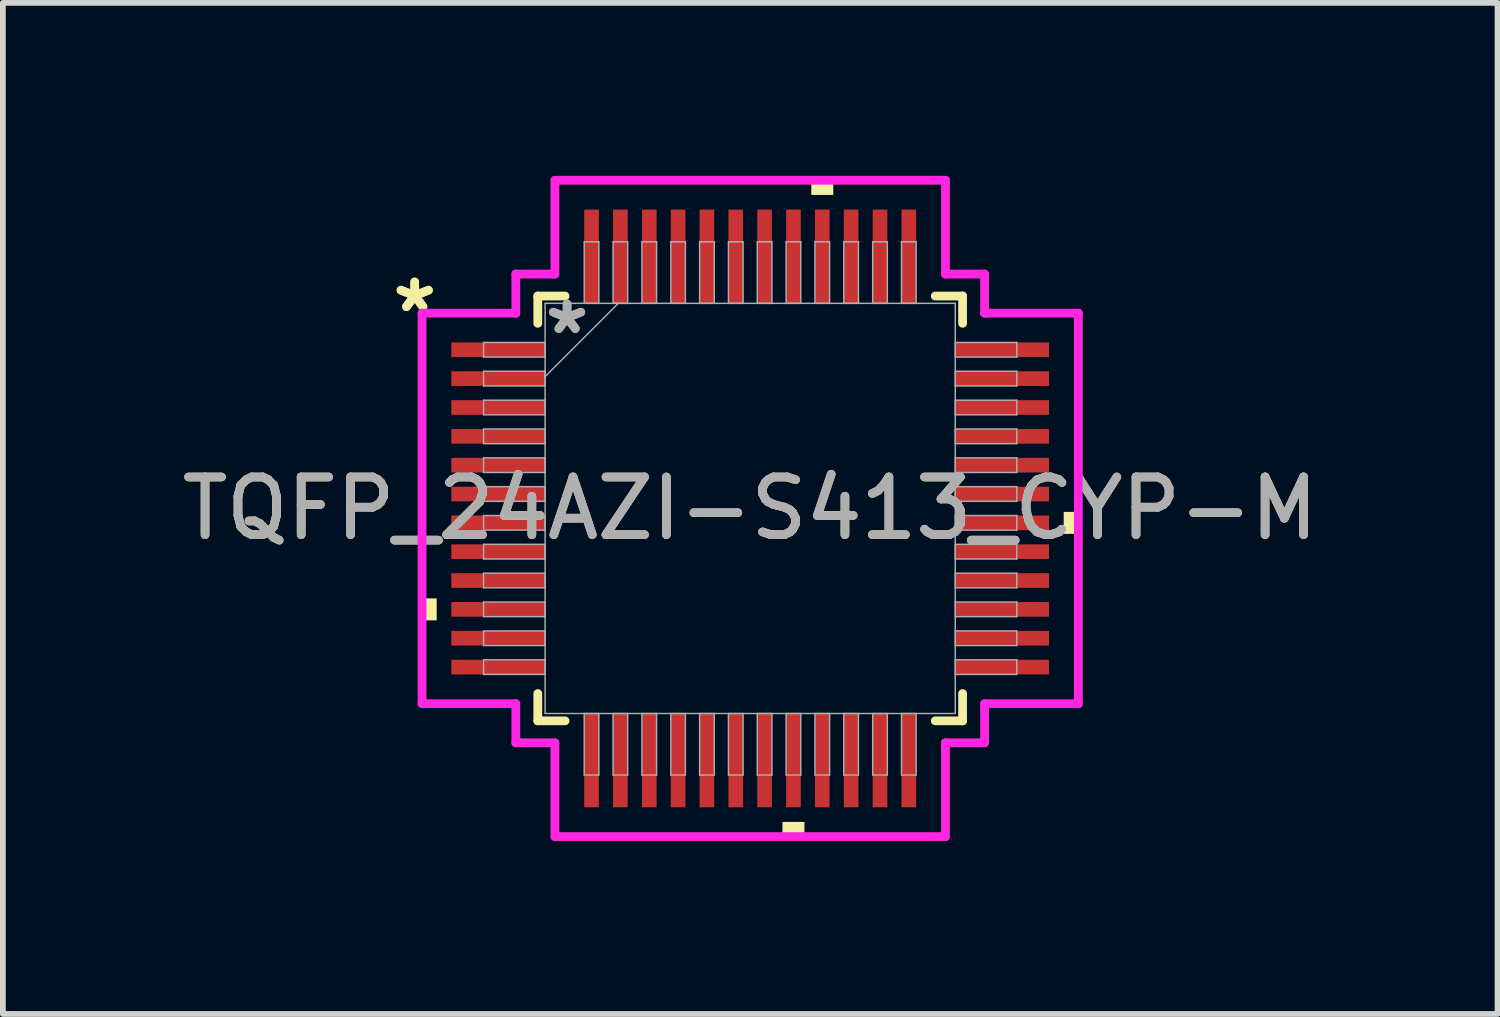
<source format=kicad_pcb>
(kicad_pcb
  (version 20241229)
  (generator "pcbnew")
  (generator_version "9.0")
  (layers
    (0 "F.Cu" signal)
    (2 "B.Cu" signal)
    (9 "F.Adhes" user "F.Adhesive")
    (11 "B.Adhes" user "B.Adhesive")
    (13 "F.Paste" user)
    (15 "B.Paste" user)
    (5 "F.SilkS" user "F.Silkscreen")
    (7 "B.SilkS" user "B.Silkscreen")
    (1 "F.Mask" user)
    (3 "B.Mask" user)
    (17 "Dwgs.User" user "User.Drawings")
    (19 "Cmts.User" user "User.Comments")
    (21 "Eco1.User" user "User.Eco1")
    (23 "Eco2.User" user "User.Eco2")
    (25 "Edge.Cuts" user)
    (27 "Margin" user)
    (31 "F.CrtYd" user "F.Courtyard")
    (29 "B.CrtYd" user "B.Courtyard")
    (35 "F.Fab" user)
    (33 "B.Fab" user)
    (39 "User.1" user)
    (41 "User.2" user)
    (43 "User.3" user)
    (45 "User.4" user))
  (footprint "TQFP_24AZI-S413_CYP-M"
    (layer "F.Cu")
    (at 9.958 5.766)
    (property "Reference" "TQFP_24AZI-S413_CYP-M" (at 0 0 0) (unlocked yes) (layer "F.SilkS") (effects (font (size 1 1) (thickness 0.15))))
    (attr smd)
    (fp_line (start -3.683 -3.683) (end -3.683 -3.21) (stroke (width 0.152) (type solid)) (layer "F.SilkS"))
    (fp_line (start -3.683 3.21) (end -3.683 3.683) (stroke (width 0.152) (type solid)) (layer "F.SilkS"))
    (fp_line (start -3.683 3.683) (end -3.21 3.683) (stroke (width 0.152) (type solid)) (layer "F.SilkS"))
    (fp_line (start -3.21 -3.683) (end -3.683 -3.683) (stroke (width 0.152) (type solid)) (layer "F.SilkS"))
    (fp_line (start 3.21 3.683) (end 3.683 3.683) (stroke (width 0.152) (type solid)) (layer "F.SilkS"))
    (fp_line (start 3.683 -3.683) (end 3.21 -3.683) (stroke (width 0.152) (type solid)) (layer "F.SilkS"))
    (fp_line (start 3.683 -3.21) (end 3.683 -3.683) (stroke (width 0.152) (type solid)) (layer "F.SilkS"))
    (fp_line (start 3.683 3.683) (end 3.683 3.21) (stroke (width 0.152) (type solid)) (layer "F.SilkS"))
    (fp_poly (pts (xy -5.69 1.56) (xy -5.69 1.941) (xy -5.436 1.941) (xy -5.436 1.56)) (stroke (width 0) (type solid)) (fill yes) (layer "F.SilkS"))
    (fp_poly (pts (xy 0.56 5.436) (xy 0.56 5.69) (xy 0.941 5.69) (xy 0.941 5.436)) (stroke (width 0) (type solid)) (fill yes) (layer "F.SilkS"))
    (fp_poly (pts (xy 1.06 -5.436) (xy 1.06 -5.69) (xy 1.441 -5.69) (xy 1.441 -5.436)) (stroke (width 0) (type solid)) (fill yes) (layer "F.SilkS"))
    (fp_poly (pts (xy 5.69 0.06) (xy 5.69 0.441) (xy 5.436 0.441) (xy 5.436 0.06)) (stroke (width 0) (type solid)) (fill yes) (layer "F.SilkS"))
    (fp_line (start -5.69 -3.386) (end -4.064 -3.386) (stroke (width 0.152) (type solid)) (layer "F.CrtYd"))
    (fp_line (start -5.69 3.386) (end -5.69 -3.386) (stroke (width 0.152) (type solid)) (layer "F.CrtYd"))
    (fp_line (start -4.064 -4.064) (end -3.386 -4.064) (stroke (width 0.152) (type solid)) (layer "F.CrtYd"))
    (fp_line (start -4.064 -3.386) (end -4.064 -4.064) (stroke (width 0.152) (type solid)) (layer "F.CrtYd"))
    (fp_line (start -4.064 3.386) (end -5.69 3.386) (stroke (width 0.152) (type solid)) (layer "F.CrtYd"))
    (fp_line (start -4.064 4.064) (end -4.064 3.386) (stroke (width 0.152) (type solid)) (layer "F.CrtYd"))
    (fp_line (start -4.064 4.064) (end -3.386 4.064) (stroke (width 0.152) (type solid)) (layer "F.CrtYd"))
    (fp_line (start -3.386 -5.69) (end 3.386 -5.69) (stroke (width 0.152) (type solid)) (layer "F.CrtYd"))
    (fp_line (start -3.386 -4.064) (end -3.386 -5.69) (stroke (width 0.152) (type solid)) (layer "F.CrtYd"))
    (fp_line (start -3.386 4.064) (end -3.386 5.69) (stroke (width 0.152) (type solid)) (layer "F.CrtYd"))
    (fp_line (start -3.386 5.69) (end 3.386 5.69) (stroke (width 0.152) (type solid)) (layer "F.CrtYd"))
    (fp_line (start 3.386 -5.69) (end 3.386 -4.064) (stroke (width 0.152) (type solid)) (layer "F.CrtYd"))
    (fp_line (start 3.386 -4.064) (end 4.064 -4.064) (stroke (width 0.152) (type solid)) (layer "F.CrtYd"))
    (fp_line (start 3.386 4.064) (end 4.064 4.064) (stroke (width 0.152) (type solid)) (layer "F.CrtYd"))
    (fp_line (start 3.386 5.69) (end 3.386 4.064) (stroke (width 0.152) (type solid)) (layer "F.CrtYd"))
    (fp_line (start 4.064 -3.386) (end 4.064 -4.064) (stroke (width 0.152) (type solid)) (layer "F.CrtYd"))
    (fp_line (start 4.064 3.386) (end 5.69 3.386) (stroke (width 0.152) (type solid)) (layer "F.CrtYd"))
    (fp_line (start 4.064 4.064) (end 4.064 3.386) (stroke (width 0.152) (type solid)) (layer "F.CrtYd"))
    (fp_line (start 5.69 -3.386) (end 4.064 -3.386) (stroke (width 0.152) (type solid)) (layer "F.CrtYd"))
    (fp_line (start 5.69 3.386) (end 5.69 -3.386) (stroke (width 0.152) (type solid)) (layer "F.CrtYd"))
    (fp_line (start -4.623 -2.878) (end -4.623 -2.624) (stroke (width 0.025) (type solid)) (layer "F.Fab"))
    (fp_line (start -4.623 -2.624) (end -3.556 -2.624) (stroke (width 0.025) (type solid)) (layer "F.Fab"))
    (fp_line (start -4.623 -2.378) (end -4.623 -2.124) (stroke (width 0.025) (type solid)) (layer "F.Fab"))
    (fp_line (start -4.623 -2.124) (end -3.556 -2.124) (stroke (width 0.025) (type solid)) (layer "F.Fab"))
    (fp_line (start -4.623 -1.877) (end -4.623 -1.623) (stroke (width 0.025) (type solid)) (layer "F.Fab"))
    (fp_line (start -4.623 -1.623) (end -3.556 -1.623) (stroke (width 0.025) (type solid)) (layer "F.Fab"))
    (fp_line (start -4.623 -1.377) (end -4.623 -1.123) (stroke (width 0.025) (type solid)) (layer "F.Fab"))
    (fp_line (start -4.623 -1.123) (end -3.556 -1.123) (stroke (width 0.025) (type solid)) (layer "F.Fab"))
    (fp_line (start -4.623 -0.877) (end -4.623 -0.623) (stroke (width 0.025) (type solid)) (layer "F.Fab"))
    (fp_line (start -4.623 -0.623) (end -3.556 -0.623) (stroke (width 0.025) (type solid)) (layer "F.Fab"))
    (fp_line (start -4.623 -0.377) (end -4.623 -0.123) (stroke (width 0.025) (type solid)) (layer "F.Fab"))
    (fp_line (start -4.623 -0.123) (end -3.556 -0.123) (stroke (width 0.025) (type solid)) (layer "F.Fab"))
    (fp_line (start -4.623 0.123) (end -4.623 0.377) (stroke (width 0.025) (type solid)) (layer "F.Fab"))
    (fp_line (start -4.623 0.377) (end -3.556 0.377) (stroke (width 0.025) (type solid)) (layer "F.Fab"))
    (fp_line (start -4.623 0.623) (end -4.623 0.877) (stroke (width 0.025) (type solid)) (layer "F.Fab"))
    (fp_line (start -4.623 0.877) (end -3.556 0.877) (stroke (width 0.025) (type solid)) (layer "F.Fab"))
    (fp_line (start -4.623 1.123) (end -4.623 1.377) (stroke (width 0.025) (type solid)) (layer "F.Fab"))
    (fp_line (start -4.623 1.377) (end -3.556 1.377) (stroke (width 0.025) (type solid)) (layer "F.Fab"))
    (fp_line (start -4.623 1.623) (end -4.623 1.877) (stroke (width 0.025) (type solid)) (layer "F.Fab"))
    (fp_line (start -4.623 1.877) (end -3.556 1.877) (stroke (width 0.025) (type solid)) (layer "F.Fab"))
    (fp_line (start -4.623 2.124) (end -4.623 2.378) (stroke (width 0.025) (type solid)) (layer "F.Fab"))
    (fp_line (start -4.623 2.378) (end -3.556 2.378) (stroke (width 0.025) (type solid)) (layer "F.Fab"))
    (fp_line (start -4.623 2.624) (end -4.623 2.878) (stroke (width 0.025) (type solid)) (layer "F.Fab"))
    (fp_line (start -4.623 2.878) (end -3.556 2.878) (stroke (width 0.025) (type solid)) (layer "F.Fab"))
    (fp_line (start -3.556 -3.556) (end -3.556 3.556) (stroke (width 0.025) (type solid)) (layer "F.Fab"))
    (fp_line (start -3.556 -2.878) (end -4.623 -2.878) (stroke (width 0.025) (type solid)) (layer "F.Fab"))
    (fp_line (start -3.556 -2.624) (end -3.556 -2.878) (stroke (width 0.025) (type solid)) (layer "F.Fab"))
    (fp_line (start -3.556 -2.378) (end -4.623 -2.378) (stroke (width 0.025) (type solid)) (layer "F.Fab"))
    (fp_line (start -3.556 -2.286) (end -2.286 -3.556) (stroke (width 0.025) (type solid)) (layer "F.Fab"))
    (fp_line (start -3.556 -2.124) (end -3.556 -2.378) (stroke (width 0.025) (type solid)) (layer "F.Fab"))
    (fp_line (start -3.556 -1.877) (end -4.623 -1.877) (stroke (width 0.025) (type solid)) (layer "F.Fab"))
    (fp_line (start -3.556 -1.623) (end -3.556 -1.877) (stroke (width 0.025) (type solid)) (layer "F.Fab"))
    (fp_line (start -3.556 -1.377) (end -4.623 -1.377) (stroke (width 0.025) (type solid)) (layer "F.Fab"))
    (fp_line (start -3.556 -1.123) (end -3.556 -1.377) (stroke (width 0.025) (type solid)) (layer "F.Fab"))
    (fp_line (start -3.556 -0.877) (end -4.623 -0.877) (stroke (width 0.025) (type solid)) (layer "F.Fab"))
    (fp_line (start -3.556 -0.623) (end -3.556 -0.877) (stroke (width 0.025) (type solid)) (layer "F.Fab"))
    (fp_line (start -3.556 -0.377) (end -4.623 -0.377) (stroke (width 0.025) (type solid)) (layer "F.Fab"))
    (fp_line (start -3.556 -0.123) (end -3.556 -0.377) (stroke (width 0.025) (type solid)) (layer "F.Fab"))
    (fp_line (start -3.556 0.123) (end -4.623 0.123) (stroke (width 0.025) (type solid)) (layer "F.Fab"))
    (fp_line (start -3.556 0.377) (end -3.556 0.123) (stroke (width 0.025) (type solid)) (layer "F.Fab"))
    (fp_line (start -3.556 0.623) (end -4.623 0.623) (stroke (width 0.025) (type solid)) (layer "F.Fab"))
    (fp_line (start -3.556 0.877) (end -3.556 0.623) (stroke (width 0.025) (type solid)) (layer "F.Fab"))
    (fp_line (start -3.556 1.123) (end -4.623 1.123) (stroke (width 0.025) (type solid)) (layer "F.Fab"))
    (fp_line (start -3.556 1.377) (end -3.556 1.123) (stroke (width 0.025) (type solid)) (layer "F.Fab"))
    (fp_line (start -3.556 1.623) (end -4.623 1.623) (stroke (width 0.025) (type solid)) (layer "F.Fab"))
    (fp_line (start -3.556 1.877) (end -3.556 1.623) (stroke (width 0.025) (type solid)) (layer "F.Fab"))
    (fp_line (start -3.556 2.124) (end -4.623 2.124) (stroke (width 0.025) (type solid)) (layer "F.Fab"))
    (fp_line (start -3.556 2.378) (end -3.556 2.124) (stroke (width 0.025) (type solid)) (layer "F.Fab"))
    (fp_line (start -3.556 2.624) (end -4.623 2.624) (stroke (width 0.025) (type solid)) (layer "F.Fab"))
    (fp_line (start -3.556 2.878) (end -3.556 2.624) (stroke (width 0.025) (type solid)) (layer "F.Fab"))
    (fp_line (start -3.556 3.556) (end 3.556 3.556) (stroke (width 0.025) (type solid)) (layer "F.Fab"))
    (fp_line (start -2.878 -4.623) (end -2.878 -3.556) (stroke (width 0.025) (type solid)) (layer "F.Fab"))
    (fp_line (start -2.878 -3.556) (end -2.624 -3.556) (stroke (width 0.025) (type solid)) (layer "F.Fab"))
    (fp_line (start -2.878 3.556) (end -2.878 4.623) (stroke (width 0.025) (type solid)) (layer "F.Fab"))
    (fp_line (start -2.878 4.623) (end -2.624 4.623) (stroke (width 0.025) (type solid)) (layer "F.Fab"))
    (fp_line (start -2.624 -4.623) (end -2.878 -4.623) (stroke (width 0.025) (type solid)) (layer "F.Fab"))
    (fp_line (start -2.624 -3.556) (end -2.624 -4.623) (stroke (width 0.025) (type solid)) (layer "F.Fab"))
    (fp_line (start -2.624 3.556) (end -2.878 3.556) (stroke (width 0.025) (type solid)) (layer "F.Fab"))
    (fp_line (start -2.624 4.623) (end -2.624 3.556) (stroke (width 0.025) (type solid)) (layer "F.Fab"))
    (fp_line (start -2.378 -4.623) (end -2.378 -3.556) (stroke (width 0.025) (type solid)) (layer "F.Fab"))
    (fp_line (start -2.378 -3.556) (end -2.124 -3.556) (stroke (width 0.025) (type solid)) (layer "F.Fab"))
    (fp_line (start -2.378 3.556) (end -2.378 4.623) (stroke (width 0.025) (type solid)) (layer "F.Fab"))
    (fp_line (start -2.378 4.623) (end -2.124 4.623) (stroke (width 0.025) (type solid)) (layer "F.Fab"))
    (fp_line (start -2.124 -4.623) (end -2.378 -4.623) (stroke (width 0.025) (type solid)) (layer "F.Fab"))
    (fp_line (start -2.124 -3.556) (end -2.124 -4.623) (stroke (width 0.025) (type solid)) (layer "F.Fab"))
    (fp_line (start -2.124 3.556) (end -2.378 3.556) (stroke (width 0.025) (type solid)) (layer "F.Fab"))
    (fp_line (start -2.124 4.623) (end -2.124 3.556) (stroke (width 0.025) (type solid)) (layer "F.Fab"))
    (fp_line (start -1.877 -4.623) (end -1.877 -3.556) (stroke (width 0.025) (type solid)) (layer "F.Fab"))
    (fp_line (start -1.877 -3.556) (end -1.623 -3.556) (stroke (width 0.025) (type solid)) (layer "F.Fab"))
    (fp_line (start -1.877 3.556) (end -1.877 4.623) (stroke (width 0.025) (type solid)) (layer "F.Fab"))
    (fp_line (start -1.877 4.623) (end -1.623 4.623) (stroke (width 0.025) (type solid)) (layer "F.Fab"))
    (fp_line (start -1.623 -4.623) (end -1.877 -4.623) (stroke (width 0.025) (type solid)) (layer "F.Fab"))
    (fp_line (start -1.623 -3.556) (end -1.623 -4.623) (stroke (width 0.025) (type solid)) (layer "F.Fab"))
    (fp_line (start -1.623 3.556) (end -1.877 3.556) (stroke (width 0.025) (type solid)) (layer "F.Fab"))
    (fp_line (start -1.623 4.623) (end -1.623 3.556) (stroke (width 0.025) (type solid)) (layer "F.Fab"))
    (fp_line (start -1.377 -4.623) (end -1.377 -3.556) (stroke (width 0.025) (type solid)) (layer "F.Fab"))
    (fp_line (start -1.377 -3.556) (end -1.123 -3.556) (stroke (width 0.025) (type solid)) (layer "F.Fab"))
    (fp_line (start -1.377 3.556) (end -1.377 4.623) (stroke (width 0.025) (type solid)) (layer "F.Fab"))
    (fp_line (start -1.377 4.623) (end -1.123 4.623) (stroke (width 0.025) (type solid)) (layer "F.Fab"))
    (fp_line (start -1.123 -4.623) (end -1.377 -4.623) (stroke (width 0.025) (type solid)) (layer "F.Fab"))
    (fp_line (start -1.123 -3.556) (end -1.123 -4.623) (stroke (width 0.025) (type solid)) (layer "F.Fab"))
    (fp_line (start -1.123 3.556) (end -1.377 3.556) (stroke (width 0.025) (type solid)) (layer "F.Fab"))
    (fp_line (start -1.123 4.623) (end -1.123 3.556) (stroke (width 0.025) (type solid)) (layer "F.Fab"))
    (fp_line (start -0.877 -4.623) (end -0.877 -3.556) (stroke (width 0.025) (type solid)) (layer "F.Fab"))
    (fp_line (start -0.877 -3.556) (end -0.623 -3.556) (stroke (width 0.025) (type solid)) (layer "F.Fab"))
    (fp_line (start -0.877 3.556) (end -0.877 4.623) (stroke (width 0.025) (type solid)) (layer "F.Fab"))
    (fp_line (start -0.877 4.623) (end -0.623 4.623) (stroke (width 0.025) (type solid)) (layer "F.Fab"))
    (fp_line (start -0.623 -4.623) (end -0.877 -4.623) (stroke (width 0.025) (type solid)) (layer "F.Fab"))
    (fp_line (start -0.623 -3.556) (end -0.623 -4.623) (stroke (width 0.025) (type solid)) (layer "F.Fab"))
    (fp_line (start -0.623 3.556) (end -0.877 3.556) (stroke (width 0.025) (type solid)) (layer "F.Fab"))
    (fp_line (start -0.623 4.623) (end -0.623 3.556) (stroke (width 0.025) (type solid)) (layer "F.Fab"))
    (fp_line (start -0.377 -4.623) (end -0.377 -3.556) (stroke (width 0.025) (type solid)) (layer "F.Fab"))
    (fp_line (start -0.377 -3.556) (end -0.123 -3.556) (stroke (width 0.025) (type solid)) (layer "F.Fab"))
    (fp_line (start -0.377 3.556) (end -0.377 4.623) (stroke (width 0.025) (type solid)) (layer "F.Fab"))
    (fp_line (start -0.377 4.623) (end -0.123 4.623) (stroke (width 0.025) (type solid)) (layer "F.Fab"))
    (fp_line (start -0.123 -4.623) (end -0.377 -4.623) (stroke (width 0.025) (type solid)) (layer "F.Fab"))
    (fp_line (start -0.123 -3.556) (end -0.123 -4.623) (stroke (width 0.025) (type solid)) (layer "F.Fab"))
    (fp_line (start -0.123 3.556) (end -0.377 3.556) (stroke (width 0.025) (type solid)) (layer "F.Fab"))
    (fp_line (start -0.123 4.623) (end -0.123 3.556) (stroke (width 0.025) (type solid)) (layer "F.Fab"))
    (fp_line (start 0.123 -4.623) (end 0.123 -3.556) (stroke (width 0.025) (type solid)) (layer "F.Fab"))
    (fp_line (start 0.123 -3.556) (end 0.377 -3.556) (stroke (width 0.025) (type solid)) (layer "F.Fab"))
    (fp_line (start 0.123 3.556) (end 0.123 4.623) (stroke (width 0.025) (type solid)) (layer "F.Fab"))
    (fp_line (start 0.123 4.623) (end 0.377 4.623) (stroke (width 0.025) (type solid)) (layer "F.Fab"))
    (fp_line (start 0.377 -4.623) (end 0.123 -4.623) (stroke (width 0.025) (type solid)) (layer "F.Fab"))
    (fp_line (start 0.377 -3.556) (end 0.377 -4.623) (stroke (width 0.025) (type solid)) (layer "F.Fab"))
    (fp_line (start 0.377 3.556) (end 0.123 3.556) (stroke (width 0.025) (type solid)) (layer "F.Fab"))
    (fp_line (start 0.377 4.623) (end 0.377 3.556) (stroke (width 0.025) (type solid)) (layer "F.Fab"))
    (fp_line (start 0.623 -4.623) (end 0.623 -3.556) (stroke (width 0.025) (type solid)) (layer "F.Fab"))
    (fp_line (start 0.623 -3.556) (end 0.877 -3.556) (stroke (width 0.025) (type solid)) (layer "F.Fab"))
    (fp_line (start 0.623 3.556) (end 0.623 4.623) (stroke (width 0.025) (type solid)) (layer "F.Fab"))
    (fp_line (start 0.623 4.623) (end 0.877 4.623) (stroke (width 0.025) (type solid)) (layer "F.Fab"))
    (fp_line (start 0.877 -4.623) (end 0.623 -4.623) (stroke (width 0.025) (type solid)) (layer "F.Fab"))
    (fp_line (start 0.877 -3.556) (end 0.877 -4.623) (stroke (width 0.025) (type solid)) (layer "F.Fab"))
    (fp_line (start 0.877 3.556) (end 0.623 3.556) (stroke (width 0.025) (type solid)) (layer "F.Fab"))
    (fp_line (start 0.877 4.623) (end 0.877 3.556) (stroke (width 0.025) (type solid)) (layer "F.Fab"))
    (fp_line (start 1.123 -4.623) (end 1.123 -3.556) (stroke (width 0.025) (type solid)) (layer "F.Fab"))
    (fp_line (start 1.123 -3.556) (end 1.377 -3.556) (stroke (width 0.025) (type solid)) (layer "F.Fab"))
    (fp_line (start 1.123 3.556) (end 1.123 4.623) (stroke (width 0.025) (type solid)) (layer "F.Fab"))
    (fp_line (start 1.123 4.623) (end 1.377 4.623) (stroke (width 0.025) (type solid)) (layer "F.Fab"))
    (fp_line (start 1.377 -4.623) (end 1.123 -4.623) (stroke (width 0.025) (type solid)) (layer "F.Fab"))
    (fp_line (start 1.377 -3.556) (end 1.377 -4.623) (stroke (width 0.025) (type solid)) (layer "F.Fab"))
    (fp_line (start 1.377 3.556) (end 1.123 3.556) (stroke (width 0.025) (type solid)) (layer "F.Fab"))
    (fp_line (start 1.377 4.623) (end 1.377 3.556) (stroke (width 0.025) (type solid)) (layer "F.Fab"))
    (fp_line (start 1.623 -4.623) (end 1.623 -3.556) (stroke (width 0.025) (type solid)) (layer "F.Fab"))
    (fp_line (start 1.623 -3.556) (end 1.877 -3.556) (stroke (width 0.025) (type solid)) (layer "F.Fab"))
    (fp_line (start 1.623 3.556) (end 1.623 4.623) (stroke (width 0.025) (type solid)) (layer "F.Fab"))
    (fp_line (start 1.623 4.623) (end 1.877 4.623) (stroke (width 0.025) (type solid)) (layer "F.Fab"))
    (fp_line (start 1.877 -4.623) (end 1.623 -4.623) (stroke (width 0.025) (type solid)) (layer "F.Fab"))
    (fp_line (start 1.877 -3.556) (end 1.877 -4.623) (stroke (width 0.025) (type solid)) (layer "F.Fab"))
    (fp_line (start 1.877 3.556) (end 1.623 3.556) (stroke (width 0.025) (type solid)) (layer "F.Fab"))
    (fp_line (start 1.877 4.623) (end 1.877 3.556) (stroke (width 0.025) (type solid)) (layer "F.Fab"))
    (fp_line (start 2.124 -4.623) (end 2.124 -3.556) (stroke (width 0.025) (type solid)) (layer "F.Fab"))
    (fp_line (start 2.124 -3.556) (end 2.378 -3.556) (stroke (width 0.025) (type solid)) (layer "F.Fab"))
    (fp_line (start 2.124 3.556) (end 2.124 4.623) (stroke (width 0.025) (type solid)) (layer "F.Fab"))
    (fp_line (start 2.124 4.623) (end 2.378 4.623) (stroke (width 0.025) (type solid)) (layer "F.Fab"))
    (fp_line (start 2.378 -4.623) (end 2.124 -4.623) (stroke (width 0.025) (type solid)) (layer "F.Fab"))
    (fp_line (start 2.378 -3.556) (end 2.378 -4.623) (stroke (width 0.025) (type solid)) (layer "F.Fab"))
    (fp_line (start 2.378 3.556) (end 2.124 3.556) (stroke (width 0.025) (type solid)) (layer "F.Fab"))
    (fp_line (start 2.378 4.623) (end 2.378 3.556) (stroke (width 0.025) (type solid)) (layer "F.Fab"))
    (fp_line (start 2.624 -4.623) (end 2.624 -3.556) (stroke (width 0.025) (type solid)) (layer "F.Fab"))
    (fp_line (start 2.624 -3.556) (end 2.878 -3.556) (stroke (width 0.025) (type solid)) (layer "F.Fab"))
    (fp_line (start 2.624 3.556) (end 2.624 4.623) (stroke (width 0.025) (type solid)) (layer "F.Fab"))
    (fp_line (start 2.624 4.623) (end 2.878 4.623) (stroke (width 0.025) (type solid)) (layer "F.Fab"))
    (fp_line (start 2.878 -4.623) (end 2.624 -4.623) (stroke (width 0.025) (type solid)) (layer "F.Fab"))
    (fp_line (start 2.878 -3.556) (end 2.878 -4.623) (stroke (width 0.025) (type solid)) (layer "F.Fab"))
    (fp_line (start 2.878 3.556) (end 2.624 3.556) (stroke (width 0.025) (type solid)) (layer "F.Fab"))
    (fp_line (start 2.878 4.623) (end 2.878 3.556) (stroke (width 0.025) (type solid)) (layer "F.Fab"))
    (fp_line (start 3.556 -3.556) (end -3.556 -3.556) (stroke (width 0.025) (type solid)) (layer "F.Fab"))
    (fp_line (start 3.556 -2.878) (end 3.556 -2.624) (stroke (width 0.025) (type solid)) (layer "F.Fab"))
    (fp_line (start 3.556 -2.624) (end 4.623 -2.624) (stroke (width 0.025) (type solid)) (layer "F.Fab"))
    (fp_line (start 3.556 -2.378) (end 3.556 -2.124) (stroke (width 0.025) (type solid)) (layer "F.Fab"))
    (fp_line (start 3.556 -2.124) (end 4.623 -2.124) (stroke (width 0.025) (type solid)) (layer "F.Fab"))
    (fp_line (start 3.556 -1.877) (end 3.556 -1.623) (stroke (width 0.025) (type solid)) (layer "F.Fab"))
    (fp_line (start 3.556 -1.623) (end 4.623 -1.623) (stroke (width 0.025) (type solid)) (layer "F.Fab"))
    (fp_line (start 3.556 -1.377) (end 3.556 -1.123) (stroke (width 0.025) (type solid)) (layer "F.Fab"))
    (fp_line (start 3.556 -1.123) (end 4.623 -1.123) (stroke (width 0.025) (type solid)) (layer "F.Fab"))
    (fp_line (start 3.556 -0.877) (end 3.556 -0.623) (stroke (width 0.025) (type solid)) (layer "F.Fab"))
    (fp_line (start 3.556 -0.623) (end 4.623 -0.623) (stroke (width 0.025) (type solid)) (layer "F.Fab"))
    (fp_line (start 3.556 -0.377) (end 3.556 -0.123) (stroke (width 0.025) (type solid)) (layer "F.Fab"))
    (fp_line (start 3.556 -0.123) (end 4.623 -0.123) (stroke (width 0.025) (type solid)) (layer "F.Fab"))
    (fp_line (start 3.556 0.123) (end 3.556 0.377) (stroke (width 0.025) (type solid)) (layer "F.Fab"))
    (fp_line (start 3.556 0.377) (end 4.623 0.377) (stroke (width 0.025) (type solid)) (layer "F.Fab"))
    (fp_line (start 3.556 0.623) (end 3.556 0.877) (stroke (width 0.025) (type solid)) (layer "F.Fab"))
    (fp_line (start 3.556 0.877) (end 4.623 0.877) (stroke (width 0.025) (type solid)) (layer "F.Fab"))
    (fp_line (start 3.556 1.123) (end 3.556 1.377) (stroke (width 0.025) (type solid)) (layer "F.Fab"))
    (fp_line (start 3.556 1.377) (end 4.623 1.377) (stroke (width 0.025) (type solid)) (layer "F.Fab"))
    (fp_line (start 3.556 1.623) (end 3.556 1.877) (stroke (width 0.025) (type solid)) (layer "F.Fab"))
    (fp_line (start 3.556 1.877) (end 4.623 1.877) (stroke (width 0.025) (type solid)) (layer "F.Fab"))
    (fp_line (start 3.556 2.124) (end 3.556 2.378) (stroke (width 0.025) (type solid)) (layer "F.Fab"))
    (fp_line (start 3.556 2.378) (end 4.623 2.378) (stroke (width 0.025) (type solid)) (layer "F.Fab"))
    (fp_line (start 3.556 2.624) (end 3.556 2.878) (stroke (width 0.025) (type solid)) (layer "F.Fab"))
    (fp_line (start 3.556 2.878) (end 4.623 2.878) (stroke (width 0.025) (type solid)) (layer "F.Fab"))
    (fp_line (start 3.556 3.556) (end 3.556 -3.556) (stroke (width 0.025) (type solid)) (layer "F.Fab"))
    (fp_line (start 4.623 -2.878) (end 3.556 -2.878) (stroke (width 0.025) (type solid)) (layer "F.Fab"))
    (fp_line (start 4.623 -2.624) (end 4.623 -2.878) (stroke (width 0.025) (type solid)) (layer "F.Fab"))
    (fp_line (start 4.623 -2.378) (end 3.556 -2.378) (stroke (width 0.025) (type solid)) (layer "F.Fab"))
    (fp_line (start 4.623 -2.124) (end 4.623 -2.378) (stroke (width 0.025) (type solid)) (layer "F.Fab"))
    (fp_line (start 4.623 -1.877) (end 3.556 -1.877) (stroke (width 0.025) (type solid)) (layer "F.Fab"))
    (fp_line (start 4.623 -1.623) (end 4.623 -1.877) (stroke (width 0.025) (type solid)) (layer "F.Fab"))
    (fp_line (start 4.623 -1.377) (end 3.556 -1.377) (stroke (width 0.025) (type solid)) (layer "F.Fab"))
    (fp_line (start 4.623 -1.123) (end 4.623 -1.377) (stroke (width 0.025) (type solid)) (layer "F.Fab"))
    (fp_line (start 4.623 -0.877) (end 3.556 -0.877) (stroke (width 0.025) (type solid)) (layer "F.Fab"))
    (fp_line (start 4.623 -0.623) (end 4.623 -0.877) (stroke (width 0.025) (type solid)) (layer "F.Fab"))
    (fp_line (start 4.623 -0.377) (end 3.556 -0.377) (stroke (width 0.025) (type solid)) (layer "F.Fab"))
    (fp_line (start 4.623 -0.123) (end 4.623 -0.377) (stroke (width 0.025) (type solid)) (layer "F.Fab"))
    (fp_line (start 4.623 0.123) (end 3.556 0.123) (stroke (width 0.025) (type solid)) (layer "F.Fab"))
    (fp_line (start 4.623 0.377) (end 4.623 0.123) (stroke (width 0.025) (type solid)) (layer "F.Fab"))
    (fp_line (start 4.623 0.623) (end 3.556 0.623) (stroke (width 0.025) (type solid)) (layer "F.Fab"))
    (fp_line (start 4.623 0.877) (end 4.623 0.623) (stroke (width 0.025) (type solid)) (layer "F.Fab"))
    (fp_line (start 4.623 1.123) (end 3.556 1.123) (stroke (width 0.025) (type solid)) (layer "F.Fab"))
    (fp_line (start 4.623 1.377) (end 4.623 1.123) (stroke (width 0.025) (type solid)) (layer "F.Fab"))
    (fp_line (start 4.623 1.623) (end 3.556 1.623) (stroke (width 0.025) (type solid)) (layer "F.Fab"))
    (fp_line (start 4.623 1.877) (end 4.623 1.623) (stroke (width 0.025) (type solid)) (layer "F.Fab"))
    (fp_line (start 4.623 2.124) (end 3.556 2.124) (stroke (width 0.025) (type solid)) (layer "F.Fab"))
    (fp_line (start 4.623 2.378) (end 4.623 2.124) (stroke (width 0.025) (type solid)) (layer "F.Fab"))
    (fp_line (start 4.623 2.624) (end 3.556 2.624) (stroke (width 0.025) (type solid)) (layer "F.Fab"))
    (fp_line (start 4.623 2.878) (end 4.623 2.624) (stroke (width 0.025) (type solid)) (layer "F.Fab"))
    (fp_text user "*" (at -5.817 -3.382 0) (unlocked yes) (layer "F.SilkS") (effects (font (size 1 1) (thickness 0.15))))
    (fp_text user "*" (at -5.817 -3.382 0) (layer "F.SilkS") (effects (font (size 1 1) (thickness 0.15))))
    (fp_text user "*" (at -3.175 -3.001 0) (layer "F.Fab") (effects (font (size 1 1) (thickness 0.15))))
    (fp_text user "${REFERENCE}" (at 0 0 0) (unlocked yes) (layer "F.Fab") (effects (font (size 1 1) (thickness 0.15))))
    (fp_text user "*" (at -3.175 -3.001 0) (unlocked yes) (layer "F.Fab") (effects (font (size 1 1) (thickness 0.15))))
    (pad "1" smd rect (at -4.369 -2.751 90) (size 0.254 1.626) (layers "F.Cu" "F.Mask" "F.Paste"))
    (pad "2" smd rect (at -4.369 -2.251 90) (size 0.254 1.626) (layers "F.Cu" "F.Mask" "F.Paste"))
    (pad "3" smd rect (at -4.369 -1.75 90) (size 0.254 1.626) (layers "F.Cu" "F.Mask" "F.Paste"))
    (pad "4" smd rect (at -4.369 -1.25 90) (size 0.254 1.626) (layers "F.Cu" "F.Mask" "F.Paste"))
    (pad "5" smd rect (at -4.369 -0.75 90) (size 0.254 1.626) (layers "F.Cu" "F.Mask" "F.Paste"))
    (pad "6" smd rect (at -4.369 -0.25 90) (size 0.254 1.626) (layers "F.Cu" "F.Mask" "F.Paste"))
    (pad "7" smd rect (at -4.369 0.25 90) (size 0.254 1.626) (layers "F.Cu" "F.Mask" "F.Paste"))
    (pad "8" smd rect (at -4.369 0.75 90) (size 0.254 1.626) (layers "F.Cu" "F.Mask" "F.Paste"))
    (pad "9" smd rect (at -4.369 1.25 90) (size 0.254 1.626) (layers "F.Cu" "F.Mask" "F.Paste"))
    (pad "10" smd rect (at -4.369 1.75 90) (size 0.254 1.626) (layers "F.Cu" "F.Mask" "F.Paste"))
    (pad "11" smd rect (at -4.369 2.251 90) (size 0.254 1.626) (layers "F.Cu" "F.Mask" "F.Paste"))
    (pad "12" smd rect (at -4.369 2.751 90) (size 0.254 1.626) (layers "F.Cu" "F.Mask" "F.Paste"))
    (pad "13" smd rect (at -2.751 4.369) (size 0.254 1.626) (layers "F.Cu" "F.Mask" "F.Paste"))
    (pad "14" smd rect (at -2.251 4.369) (size 0.254 1.626) (layers "F.Cu" "F.Mask" "F.Paste"))
    (pad "15" smd rect (at -1.75 4.369) (size 0.254 1.626) (layers "F.Cu" "F.Mask" "F.Paste"))
    (pad "16" smd rect (at -1.25 4.369) (size 0.254 1.626) (layers "F.Cu" "F.Mask" "F.Paste"))
    (pad "17" smd rect (at -0.75 4.369) (size 0.254 1.626) (layers "F.Cu" "F.Mask" "F.Paste"))
    (pad "18" smd rect (at -0.25 4.369) (size 0.254 1.626) (layers "F.Cu" "F.Mask" "F.Paste"))
    (pad "19" smd rect (at 0.25 4.369) (size 0.254 1.626) (layers "F.Cu" "F.Mask" "F.Paste"))
    (pad "20" smd rect (at 0.75 4.369) (size 0.254 1.626) (layers "F.Cu" "F.Mask" "F.Paste"))
    (pad "21" smd rect (at 1.25 4.369) (size 0.254 1.626) (layers "F.Cu" "F.Mask" "F.Paste"))
    (pad "22" smd rect (at 1.75 4.369) (size 0.254 1.626) (layers "F.Cu" "F.Mask" "F.Paste"))
    (pad "23" smd rect (at 2.251 4.369) (size 0.254 1.626) (layers "F.Cu" "F.Mask" "F.Paste"))
    (pad "24" smd rect (at 2.751 4.369) (size 0.254 1.626) (layers "F.Cu" "F.Mask" "F.Paste"))
    (pad "25" smd rect (at 4.369 2.751 90) (size 0.254 1.626) (layers "F.Cu" "F.Mask" "F.Paste"))
    (pad "26" smd rect (at 4.369 2.251 90) (size 0.254 1.626) (layers "F.Cu" "F.Mask" "F.Paste"))
    (pad "27" smd rect (at 4.369 1.75 90) (size 0.254 1.626) (layers "F.Cu" "F.Mask" "F.Paste"))
    (pad "28" smd rect (at 4.369 1.25 90) (size 0.254 1.626) (layers "F.Cu" "F.Mask" "F.Paste"))
    (pad "29" smd rect (at 4.369 0.75 90) (size 0.254 1.626) (layers "F.Cu" "F.Mask" "F.Paste"))
    (pad "30" smd rect (at 4.369 0.25 90) (size 0.254 1.626) (layers "F.Cu" "F.Mask" "F.Paste"))
    (pad "31" smd rect (at 4.369 -0.25 90) (size 0.254 1.626) (layers "F.Cu" "F.Mask" "F.Paste"))
    (pad "32" smd rect (at 4.369 -0.75 90) (size 0.254 1.626) (layers "F.Cu" "F.Mask" "F.Paste"))
    (pad "33" smd rect (at 4.369 -1.25 90) (size 0.254 1.626) (layers "F.Cu" "F.Mask" "F.Paste"))
    (pad "34" smd rect (at 4.369 -1.75 90) (size 0.254 1.626) (layers "F.Cu" "F.Mask" "F.Paste"))
    (pad "35" smd rect (at 4.369 -2.251 90) (size 0.254 1.626) (layers "F.Cu" "F.Mask" "F.Paste"))
    (pad "36" smd rect (at 4.369 -2.751 90) (size 0.254 1.626) (layers "F.Cu" "F.Mask" "F.Paste"))
    (pad "37" smd rect (at 2.751 -4.369) (size 0.254 1.626) (layers "F.Cu" "F.Mask" "F.Paste"))
    (pad "38" smd rect (at 2.251 -4.369) (size 0.254 1.626) (layers "F.Cu" "F.Mask" "F.Paste"))
    (pad "39" smd rect (at 1.75 -4.369) (size 0.254 1.626) (layers "F.Cu" "F.Mask" "F.Paste"))
    (pad "40" smd rect (at 1.25 -4.369) (size 0.254 1.626) (layers "F.Cu" "F.Mask" "F.Paste"))
    (pad "41" smd rect (at 0.75 -4.369) (size 0.254 1.626) (layers "F.Cu" "F.Mask" "F.Paste"))
    (pad "42" smd rect (at 0.25 -4.369) (size 0.254 1.626) (layers "F.Cu" "F.Mask" "F.Paste"))
    (pad "43" smd rect (at -0.25 -4.369) (size 0.254 1.626) (layers "F.Cu" "F.Mask" "F.Paste"))
    (pad "44" smd rect (at -0.75 -4.369) (size 0.254 1.626) (layers "F.Cu" "F.Mask" "F.Paste"))
    (pad "45" smd rect (at -1.25 -4.369) (size 0.254 1.626) (layers "F.Cu" "F.Mask" "F.Paste"))
    (pad "46" smd rect (at -1.75 -4.369) (size 0.254 1.626) (layers "F.Cu" "F.Mask" "F.Paste"))
    (pad "47" smd rect (at -2.251 -4.369) (size 0.254 1.626) (layers "F.Cu" "F.Mask" "F.Paste"))
    (pad "48" smd rect (at -2.751 -4.369) (size 0.254 1.626) (layers "F.Cu" "F.Mask" "F.Paste")))
  (gr_rect
    (start -3 -3)
    (end 22.917 14.532)
    (stroke (width 0.1) (type default))
    (fill no)
    (layer "Edge.Cuts")))
</source>
